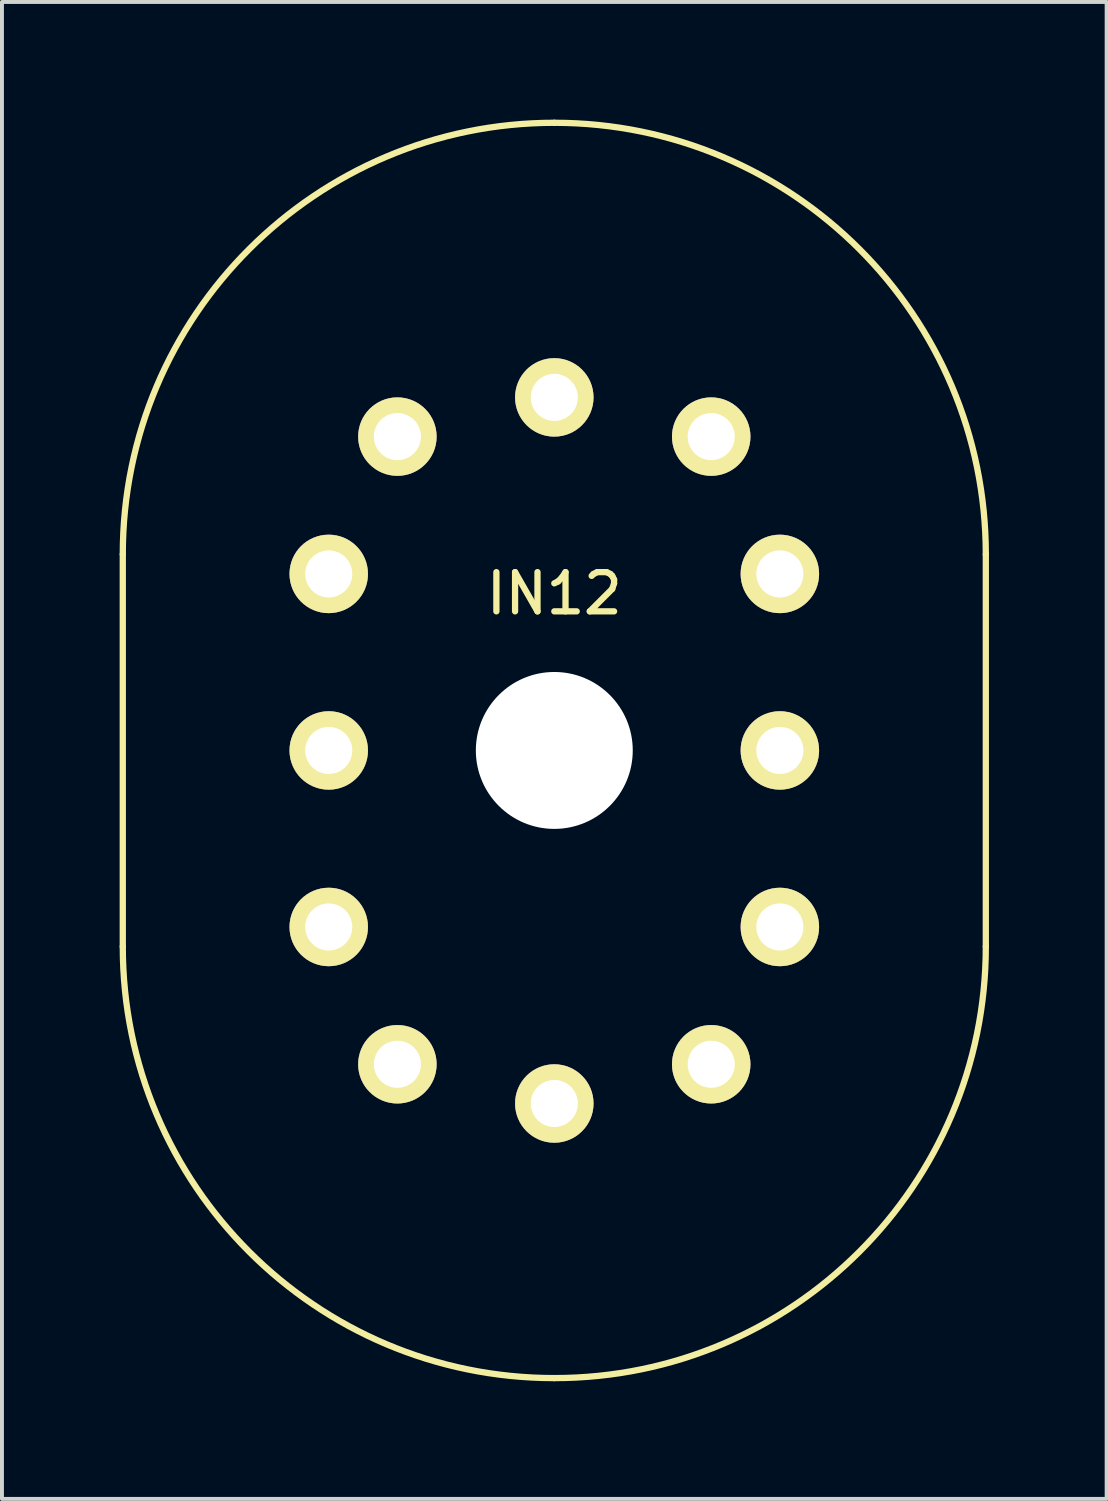
<source format=kicad_pcb>
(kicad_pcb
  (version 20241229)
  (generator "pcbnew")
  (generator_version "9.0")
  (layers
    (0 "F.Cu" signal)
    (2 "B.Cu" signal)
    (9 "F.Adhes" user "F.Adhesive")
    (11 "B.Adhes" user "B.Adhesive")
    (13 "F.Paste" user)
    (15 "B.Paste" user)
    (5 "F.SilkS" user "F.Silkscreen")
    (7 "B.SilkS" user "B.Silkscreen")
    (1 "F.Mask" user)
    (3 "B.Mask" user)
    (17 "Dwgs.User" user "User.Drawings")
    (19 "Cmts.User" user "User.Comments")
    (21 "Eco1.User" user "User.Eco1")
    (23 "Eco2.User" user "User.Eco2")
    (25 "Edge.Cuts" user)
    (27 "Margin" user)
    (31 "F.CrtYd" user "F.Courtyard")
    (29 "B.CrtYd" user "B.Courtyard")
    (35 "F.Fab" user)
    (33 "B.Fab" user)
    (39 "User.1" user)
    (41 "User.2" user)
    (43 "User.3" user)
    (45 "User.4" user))
  (footprint "IN12"
    (layer "F.Cu")
    (at 11.08 16.08)
    (property "Reference" "IN12" (at 0 -4 0) (layer "F.SilkS") (effects (font (size 1 1) (thickness 0.16))))
    (attr through_hole)
    (fp_line (start -11 -5) (end -11 5) (stroke (width 0.16) (type solid)) (layer "F.SilkS"))
    (fp_line (start 11 -5) (end 11 5) (stroke (width 0.16) (type solid)) (layer "F.SilkS"))
    (fp_arc (start -11 -5) (mid -7.778175 -12.778175) (end 0 -16) (stroke (width 0.16) (type solid)) (layer "F.SilkS"))
    (fp_arc (start 0 -16) (mid 7.778175 -12.778175) (end 11 -5) (stroke (width 0.16) (type solid)) (layer "F.SilkS"))
    (fp_arc (start 0 16) (mid -7.778175 12.778175) (end -11 5) (stroke (width 0.16) (type solid)) (layer "F.SilkS"))
    (fp_arc (start 11 5) (mid 7.778175 12.778175) (end 0 16) (stroke (width 0.16) (type solid)) (layer "F.SilkS"))
    (pad "" np_thru_hole circle (at 0 0) (size 4 4) (drill 4) (layers "*.Cu" "*.Mask"))
    (pad "1" thru_hole circle (at 4 8) (size 2 2) (drill 1.2) (layers "*.Cu" "*.Mask" "F.SilkS"))
    (pad "2" thru_hole circle (at 5.75 4.5) (size 2 2) (drill 1.2) (layers "*.Cu" "*.Mask" "F.SilkS"))
    (pad "3" thru_hole circle (at 5.75 0) (size 2 2) (drill 1.2) (layers "*.Cu" "*.Mask" "F.SilkS"))
    (pad "4" thru_hole circle (at 5.75 -4.5) (size 2 2) (drill 1.2) (layers "*.Cu" "*.Mask" "F.SilkS"))
    (pad "5" thru_hole circle (at 4 -8) (size 2 2) (drill 1.2) (layers "*.Cu" "*.Mask" "F.SilkS"))
    (pad "6" thru_hole circle (at 0 -9) (size 2 2) (drill 1.2) (layers "*.Cu" "*.Mask" "F.SilkS"))
    (pad "7" thru_hole circle (at -4 -8) (size 2 2) (drill 1.2) (layers "*.Cu" "*.Mask" "F.SilkS"))
    (pad "8" thru_hole circle (at -5.75 -4.5) (size 2 2) (drill 1.2) (layers "*.Cu" "*.Mask" "F.SilkS"))
    (pad "9" thru_hole circle (at -5.75 0) (size 2 2) (drill 1.2) (layers "*.Cu" "*.Mask" "F.SilkS"))
    (pad "10" thru_hole circle (at -5.75 4.5) (size 2 2) (drill 1.2) (layers "*.Cu" "*.Mask" "F.SilkS"))
    (pad "11" thru_hole circle (at -4 8) (size 2 2) (drill 1.2) (layers "*.Cu" "*.Mask" "F.SilkS"))
    (pad "12" thru_hole circle (at 0 9) (size 2 2) (drill 1.2) (layers "*.Cu" "*.Mask" "F.SilkS")))
  (gr_rect
    (start -3 -3)
    (end 25.16 35.16)
    (stroke (width 0.1) (type default))
    (fill no)
    (layer "Edge.Cuts")))
</source>
